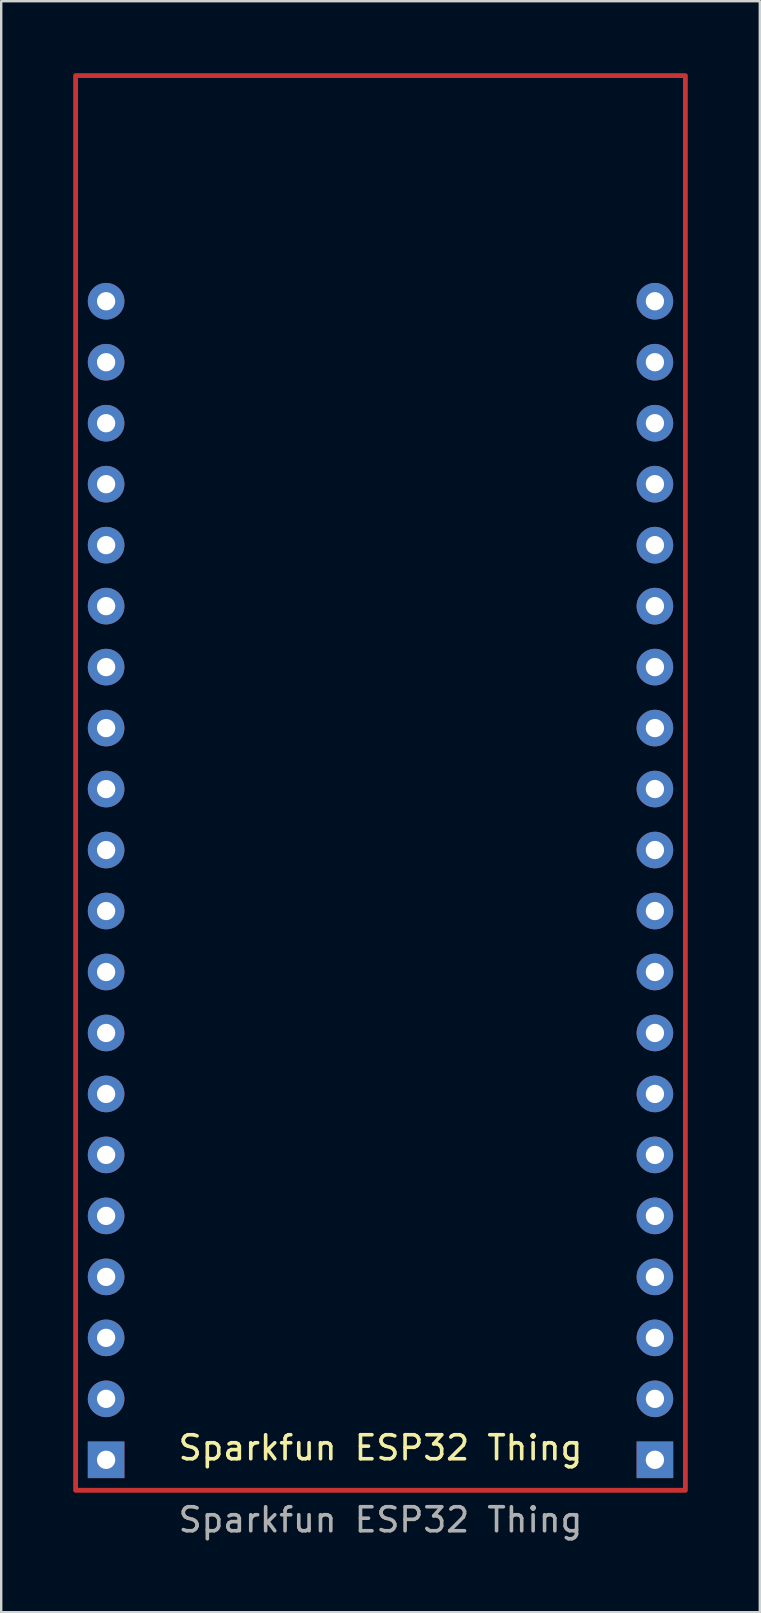
<source format=kicad_pcb>
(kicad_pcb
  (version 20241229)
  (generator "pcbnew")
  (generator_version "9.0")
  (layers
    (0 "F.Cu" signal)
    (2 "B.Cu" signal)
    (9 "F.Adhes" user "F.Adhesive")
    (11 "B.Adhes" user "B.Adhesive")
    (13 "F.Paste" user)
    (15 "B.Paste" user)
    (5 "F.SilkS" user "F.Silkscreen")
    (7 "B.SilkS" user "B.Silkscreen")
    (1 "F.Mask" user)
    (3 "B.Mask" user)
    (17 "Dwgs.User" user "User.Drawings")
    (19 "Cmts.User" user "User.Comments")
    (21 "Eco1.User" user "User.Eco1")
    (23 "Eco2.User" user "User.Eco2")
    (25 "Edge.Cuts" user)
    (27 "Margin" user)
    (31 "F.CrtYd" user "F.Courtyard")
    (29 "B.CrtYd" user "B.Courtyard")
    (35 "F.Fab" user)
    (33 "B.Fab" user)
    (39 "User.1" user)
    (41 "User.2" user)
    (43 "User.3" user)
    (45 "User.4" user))
  (footprint "Sparkfun ESP32 Thing"
    (layer "F.Cu")
    (at 12.8 34.898)
    (property "Reference" "Sparkfun ESP32 Thing" (at 0 22.36 0) (unlocked yes) (layer "F.SilkS") (effects (font (size 1 1) (thickness 0.15))))
    (attr through_hole)
    (fp_rect (start -12.7 -34.798) (end 12.7 24.13) (stroke (width 0.2) (type solid)) (fill no) (layer "F.Cu"))
    (fp_text user "${REFERENCE}" (at 0 25.36 0) (unlocked yes) (layer "F.Fab") (effects (font (size 1 1) (thickness 0.15))))
    (pad "1" thru_hole rect (at -11.43 22.86) (size 1.524 1.524) (drill 0.762) (layers "*.Cu" "*.Mask"))
    (pad "2" thru_hole circle (at -11.43 20.32) (size 1.524 1.524) (drill 0.762) (layers "*.Cu" "*.Mask"))
    (pad "3" thru_hole circle (at -11.43 17.78) (size 1.524 1.524) (drill 0.762) (layers "*.Cu" "*.Mask"))
    (pad "4" thru_hole circle (at -11.43 15.24) (size 1.524 1.524) (drill 0.762) (layers "*.Cu" "*.Mask"))
    (pad "5" thru_hole circle (at -11.43 12.7) (size 1.524 1.524) (drill 0.762) (layers "*.Cu" "*.Mask"))
    (pad "6" thru_hole circle (at -11.43 10.16) (size 1.524 1.524) (drill 0.762) (layers "*.Cu" "*.Mask"))
    (pad "7" thru_hole circle (at -11.43 7.62) (size 1.524 1.524) (drill 0.762) (layers "*.Cu" "*.Mask"))
    (pad "8" thru_hole circle (at -11.43 5.08) (size 1.524 1.524) (drill 0.762) (layers "*.Cu" "*.Mask"))
    (pad "9" thru_hole circle (at -11.43 2.54) (size 1.524 1.524) (drill 0.762) (layers "*.Cu" "*.Mask"))
    (pad "10" thru_hole circle (at -11.43 0) (size 1.524 1.524) (drill 0.762) (layers "*.Cu" "*.Mask"))
    (pad "11" thru_hole circle (at -11.43 -2.54) (size 1.524 1.524) (drill 0.762) (layers "*.Cu" "*.Mask"))
    (pad "12" thru_hole circle (at -11.43 -5.08) (size 1.524 1.524) (drill 0.762) (layers "*.Cu" "*.Mask"))
    (pad "13" thru_hole circle (at -11.43 -7.62) (size 1.524 1.524) (drill 0.762) (layers "*.Cu" "*.Mask"))
    (pad "14" thru_hole circle (at -11.43 -10.16) (size 1.524 1.524) (drill 0.762) (layers "*.Cu" "*.Mask"))
    (pad "15" thru_hole circle (at -11.43 -12.7) (size 1.524 1.524) (drill 0.762) (layers "*.Cu" "*.Mask"))
    (pad "16" thru_hole circle (at -11.43 -15.24) (size 1.524 1.524) (drill 0.762) (layers "*.Cu" "*.Mask"))
    (pad "17" thru_hole circle (at -11.43 -17.78) (size 1.524 1.524) (drill 0.762) (layers "*.Cu" "*.Mask"))
    (pad "18" thru_hole circle (at -11.43 -20.32) (size 1.524 1.524) (drill 0.762) (layers "*.Cu" "*.Mask"))
    (pad "19" thru_hole circle (at -11.43 -22.86) (size 1.524 1.524) (drill 0.762) (layers "*.Cu" "*.Mask"))
    (pad "20" thru_hole circle (at -11.43 -25.4) (size 1.524 1.524) (drill 0.762) (layers "*.Cu" "*.Mask"))
    (pad "21" thru_hole rect (at 11.43 22.86) (size 1.524 1.524) (drill 0.762) (layers "*.Cu" "*.Mask"))
    (pad "22" thru_hole circle (at 11.43 20.32) (size 1.524 1.524) (drill 0.762) (layers "*.Cu" "*.Mask"))
    (pad "23" thru_hole circle (at 11.43 17.78) (size 1.524 1.524) (drill 0.762) (layers "*.Cu" "*.Mask"))
    (pad "24" thru_hole circle (at 11.43 15.24) (size 1.524 1.524) (drill 0.762) (layers "*.Cu" "*.Mask"))
    (pad "25" thru_hole circle (at 11.43 12.7) (size 1.524 1.524) (drill 0.762) (layers "*.Cu" "*.Mask"))
    (pad "26" thru_hole circle (at 11.43 10.16) (size 1.524 1.524) (drill 0.762) (layers "*.Cu" "*.Mask"))
    (pad "27" thru_hole circle (at 11.43 7.62) (size 1.524 1.524) (drill 0.762) (layers "*.Cu" "*.Mask"))
    (pad "28" thru_hole circle (at 11.43 5.08) (size 1.524 1.524) (drill 0.762) (layers "*.Cu" "*.Mask"))
    (pad "29" thru_hole circle (at 11.43 2.54) (size 1.524 1.524) (drill 0.762) (layers "*.Cu" "*.Mask"))
    (pad "30" thru_hole circle (at 11.43 0) (size 1.524 1.524) (drill 0.762) (layers "*.Cu" "*.Mask"))
    (pad "31" thru_hole circle (at 11.43 -2.54) (size 1.524 1.524) (drill 0.762) (layers "*.Cu" "*.Mask"))
    (pad "32" thru_hole circle (at 11.43 -5.08) (size 1.524 1.524) (drill 0.762) (layers "*.Cu" "*.Mask"))
    (pad "33" thru_hole circle (at 11.43 -7.62) (size 1.524 1.524) (drill 0.762) (layers "*.Cu" "*.Mask"))
    (pad "34" thru_hole circle (at 11.43 -10.16) (size 1.524 1.524) (drill 0.762) (layers "*.Cu" "*.Mask"))
    (pad "35" thru_hole circle (at 11.43 -12.7) (size 1.524 1.524) (drill 0.762) (layers "*.Cu" "*.Mask"))
    (pad "36" thru_hole circle (at 11.43 -15.24) (size 1.524 1.524) (drill 0.762) (layers "*.Cu" "*.Mask"))
    (pad "37" thru_hole circle (at 11.43 -17.78) (size 1.524 1.524) (drill 0.762) (layers "*.Cu" "*.Mask"))
    (pad "38" thru_hole circle (at 11.43 -20.32) (size 1.524 1.524) (drill 0.762) (layers "*.Cu" "*.Mask"))
    (pad "39" thru_hole circle (at 11.43 -22.86) (size 1.524 1.524) (drill 0.762) (layers "*.Cu" "*.Mask"))
    (pad "40" thru_hole circle (at 11.43 -25.4) (size 1.524 1.524) (drill 0.762) (layers "*.Cu" "*.Mask")))
  (gr_rect
    (start -3 -3)
    (end 28.6 64.106)
    (stroke (width 0.1) (type default))
    (fill no)
    (layer "Edge.Cuts")))
</source>
